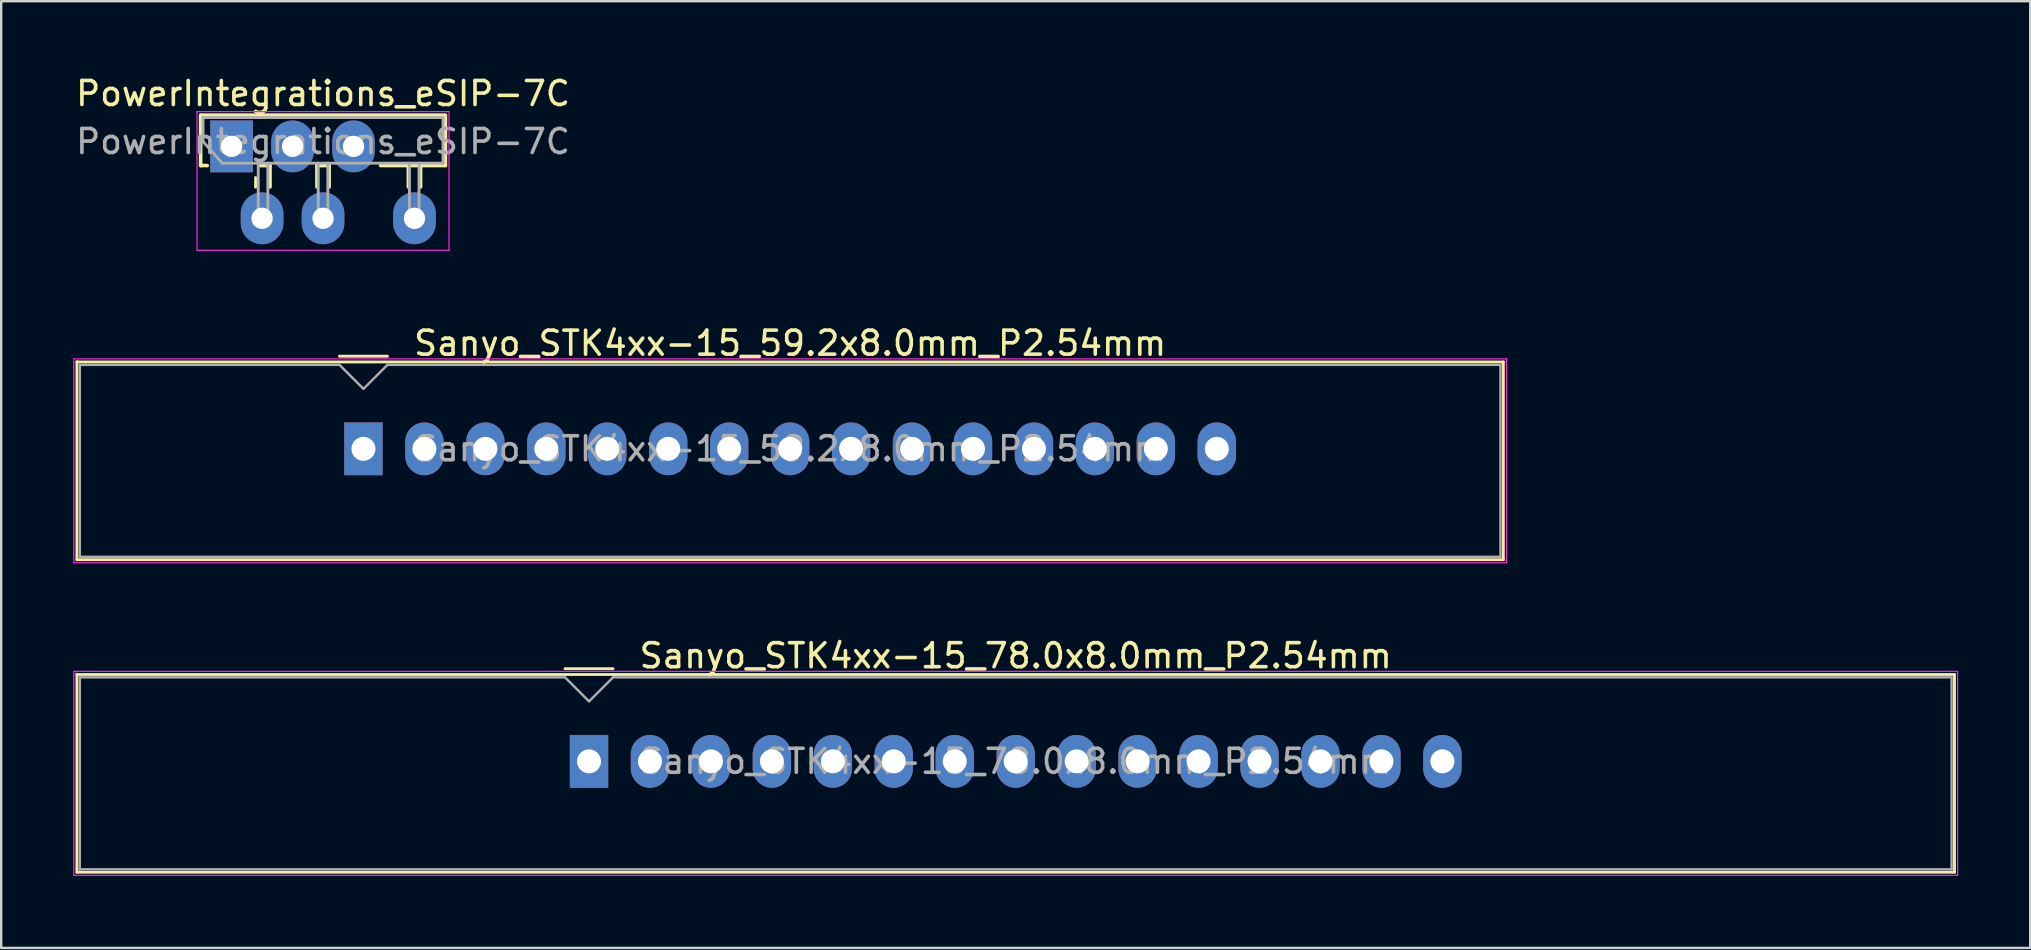
<source format=kicad_pcb>
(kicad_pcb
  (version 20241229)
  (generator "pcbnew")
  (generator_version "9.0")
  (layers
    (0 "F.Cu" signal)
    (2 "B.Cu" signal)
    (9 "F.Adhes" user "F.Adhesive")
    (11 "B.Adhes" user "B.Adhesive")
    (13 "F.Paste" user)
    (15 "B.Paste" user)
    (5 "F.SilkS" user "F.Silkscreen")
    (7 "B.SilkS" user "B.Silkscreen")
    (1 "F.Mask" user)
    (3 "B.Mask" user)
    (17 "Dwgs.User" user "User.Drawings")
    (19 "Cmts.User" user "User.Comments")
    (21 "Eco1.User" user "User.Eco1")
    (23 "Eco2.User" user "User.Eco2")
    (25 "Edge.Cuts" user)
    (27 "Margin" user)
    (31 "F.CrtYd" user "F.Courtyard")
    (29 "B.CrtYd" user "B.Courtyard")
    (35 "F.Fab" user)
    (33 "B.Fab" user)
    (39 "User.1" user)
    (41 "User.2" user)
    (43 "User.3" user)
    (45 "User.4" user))
  (footprint "Sanyo_STK4xx-15_59.2x8.0mm_P2.54mm"
    (layer "F.Cu")
    (at 12.095 15.653)
    (property "Reference" "Sanyo_STK4xx-15_59.2x8.0mm_P2.54mm" (at 17.78 -4.4 0) (layer "F.SilkS") (effects (font (size 1 1) (thickness 0.15))))
    (attr through_hole)
    (fp_line (start -11.94 -3.62) (end 47.5 -3.62) (stroke (width 0.12) (type solid)) (layer "F.SilkS"))
    (fp_line (start -11.94 4.62) (end -11.94 -3.63) (stroke (width 0.12) (type solid)) (layer "F.SilkS"))
    (fp_line (start 1 -3.86) (end -1 -3.86) (stroke (width 0.12) (type solid)) (layer "F.SilkS"))
    (fp_line (start 47.5 -3.62) (end 47.5 4.62) (stroke (width 0.12) (type solid)) (layer "F.SilkS"))
    (fp_line (start 47.5 4.62) (end -11.94 4.62) (stroke (width 0.12) (type solid)) (layer "F.SilkS"))
    (fp_line (start -12.07 -3.75) (end 47.63 -3.75) (stroke (width 0.05) (type solid)) (layer "F.CrtYd"))
    (fp_line (start -12.07 4.75) (end -12.07 -3.75) (stroke (width 0.05) (type solid)) (layer "F.CrtYd"))
    (fp_line (start 47.6 4.75) (end -12.07 4.75) (stroke (width 0.05) (type solid)) (layer "F.CrtYd"))
    (fp_line (start 47.63 -3.75) (end 47.63 4.75) (stroke (width 0.05) (type solid)) (layer "F.CrtYd"))
    (fp_line (start -11.82 -3.5) (end -1 -3.5) (stroke (width 0.1) (type solid)) (layer "F.Fab"))
    (fp_line (start -11.82 4.5) (end -11.82 -3.5) (stroke (width 0.1) (type solid)) (layer "F.Fab"))
    (fp_line (start -1 -3.5) (end 0 -2.5) (stroke (width 0.1) (type solid)) (layer "F.Fab"))
    (fp_line (start 0 -2.5) (end 1 -3.5) (stroke (width 0.1) (type solid)) (layer "F.Fab"))
    (fp_line (start 1 -3.5) (end 47.38 -3.5) (stroke (width 0.1) (type solid)) (layer "F.Fab"))
    (fp_line (start 47.38 -3.5) (end 47.38 4.5) (stroke (width 0.1) (type solid)) (layer "F.Fab"))
    (fp_line (start 47.38 4.5) (end -11.82 4.5) (stroke (width 0.1) (type solid)) (layer "F.Fab"))
    (fp_text user "${REFERENCE}" (at 17.78 0 0) (layer "F.Fab") (effects (font (size 1 1) (thickness 0.15))))
    (pad "1" thru_hole rect (at 0 0) (size 1.6 2.2) (drill 1) (layers "*.Cu" "*.Mask"))
    (pad "2" thru_hole oval (at 2.54 0) (size 1.6 2.2) (drill 1) (layers "*.Cu" "*.Mask"))
    (pad "3" thru_hole oval (at 5.08 0) (size 1.6 2.2) (drill 1) (layers "*.Cu" "*.Mask"))
    (pad "4" thru_hole oval (at 7.62 0) (size 1.6 2.2) (drill 1) (layers "*.Cu" "*.Mask"))
    (pad "5" thru_hole oval (at 10.16 0) (size 1.6 2.2) (drill 1) (layers "*.Cu" "*.Mask"))
    (pad "6" thru_hole oval (at 12.7 0) (size 1.6 2.2) (drill 1) (layers "*.Cu" "*.Mask"))
    (pad "7" thru_hole oval (at 15.24 0) (size 1.6 2.2) (drill 1) (layers "*.Cu" "*.Mask"))
    (pad "8" thru_hole oval (at 17.78 0) (size 1.6 2.2) (drill 1) (layers "*.Cu" "*.Mask"))
    (pad "9" thru_hole oval (at 20.32 0) (size 1.6 2.2) (drill 1) (layers "*.Cu" "*.Mask"))
    (pad "10" thru_hole oval (at 22.86 0) (size 1.6 2.2) (drill 1) (layers "*.Cu" "*.Mask"))
    (pad "11" thru_hole oval (at 25.4 0) (size 1.6 2.2) (drill 1) (layers "*.Cu" "*.Mask"))
    (pad "12" thru_hole oval (at 27.94 0) (size 1.6 2.2) (drill 1) (layers "*.Cu" "*.Mask"))
    (pad "13" thru_hole oval (at 30.48 0) (size 1.6 2.2) (drill 1) (layers "*.Cu" "*.Mask"))
    (pad "14" thru_hole oval (at 33.02 0) (size 1.6 2.2) (drill 1) (layers "*.Cu" "*.Mask"))
    (pad "15" thru_hole oval (at 35.56 0) (size 1.6 2.2) (drill 1) (layers "*.Cu" "*.Mask")))
  (footprint "PowerIntegrations_eSIP-7C"
    (layer "F.Cu")
    (at 6.601 3.05)
    (property "Reference" "PowerIntegrations_eSIP-7C" (at 3.81 -2.201 0) (layer "F.SilkS") (effects (font (size 1 1) (thickness 0.15))))
    (attr through_hole)
    (fp_line (start -1.29 -1.301) (end 8.87 -1.301) (stroke (width 0.15) (type solid)) (layer "F.SilkS"))
    (fp_line (start -1.29 0.799) (end -1.29 -1.301) (stroke (width 0.15) (type solid)) (layer "F.SilkS"))
    (fp_line (start -1.016 0.799) (end -1.29 0.799) (stroke (width 0.15) (type solid)) (layer "F.SilkS"))
    (fp_line (start 1 1.7) (end 1 1.3) (stroke (width 0.12) (type solid)) (layer "F.SilkS"))
    (fp_line (start 1.6 0.8) (end 1.2 0.8) (stroke (width 0.15) (type solid)) (layer "F.SilkS"))
    (fp_line (start 1.6 0.8) (end 1.6 1.689) (stroke (width 0.15) (type solid)) (layer "F.SilkS"))
    (fp_line (start 3.556 0.8) (end 3.556 1.689) (stroke (width 0.15) (type solid)) (layer "F.SilkS"))
    (fp_line (start 4.064 0.8) (end 3.556 0.8) (stroke (width 0.15) (type solid)) (layer "F.SilkS"))
    (fp_line (start 4.064 0.8) (end 4.064 1.689) (stroke (width 0.15) (type solid)) (layer "F.SilkS"))
    (fp_line (start 7.366 1.689) (end 7.366 0.8) (stroke (width 0.15) (type solid)) (layer "F.SilkS"))
    (fp_line (start 7.874 1.689) (end 7.874 0.8) (stroke (width 0.15) (type solid)) (layer "F.SilkS"))
    (fp_line (start 8.91 0.799) (end 6.21 0.799) (stroke (width 0.15) (type solid)) (layer "F.SilkS"))
    (fp_line (start 8.91 0.799) (end 8.91 -1.301) (stroke (width 0.15) (type solid)) (layer "F.SilkS"))
    (fp_line (start -1.44 -1.45) (end -1.44 4.33) (stroke (width 0.05) (type solid)) (layer "F.CrtYd"))
    (fp_line (start -1.44 -1.45) (end 9.06 -1.45) (stroke (width 0.05) (type solid)) (layer "F.CrtYd"))
    (fp_line (start 9.06 4.33) (end -1.44 4.33) (stroke (width 0.05) (type solid)) (layer "F.CrtYd"))
    (fp_line (start 9.06 4.33) (end 9.06 -1.45) (stroke (width 0.05) (type solid)) (layer "F.CrtYd"))
    (fp_line (start -1.19 -1.201) (end 8.81 -1.201) (stroke (width 0.12) (type solid)) (layer "F.Fab"))
    (fp_line (start -1.19 -0.201) (end -1.19 -1.201) (stroke (width 0.12) (type solid)) (layer "F.Fab"))
    (fp_line (start -0.39 0.699) (end -1.19 -0.201) (stroke (width 0.12) (type solid)) (layer "F.Fab"))
    (fp_line (start 1.11 0.699) (end 1.11 2.999) (stroke (width 0.12) (type solid)) (layer "F.Fab"))
    (fp_line (start 1.11 2.999) (end 1.51 2.999) (stroke (width 0.12) (type solid)) (layer "F.Fab"))
    (fp_line (start 1.51 2.999) (end 1.51 0.699) (stroke (width 0.12) (type solid)) (layer "F.Fab"))
    (fp_line (start 3.61 0.699) (end 3.61 2.999) (stroke (width 0.12) (type solid)) (layer "F.Fab"))
    (fp_line (start 3.61 2.999) (end 4.01 2.999) (stroke (width 0.12) (type solid)) (layer "F.Fab"))
    (fp_line (start 4.01 2.999) (end 4.01 0.699) (stroke (width 0.12) (type solid)) (layer "F.Fab"))
    (fp_line (start 7.41 0.699) (end 7.41 2.999) (stroke (width 0.12) (type solid)) (layer "F.Fab"))
    (fp_line (start 7.41 2.999) (end 7.81 2.999) (stroke (width 0.12) (type solid)) (layer "F.Fab"))
    (fp_line (start 7.81 2.999) (end 7.81 0.699) (stroke (width 0.12) (type solid)) (layer "F.Fab"))
    (fp_line (start 8.81 -1.201) (end 8.81 0.699) (stroke (width 0.12) (type solid)) (layer "F.Fab"))
    (fp_line (start 8.81 0.699) (end -0.39 0.699) (stroke (width 0.12) (type solid)) (layer "F.Fab"))
    (fp_text user "${REFERENCE}" (at 3.81 -0.201 0) (layer "F.Fab") (effects (font (size 1 1) (thickness 0.15))))
    (pad "1" thru_hole rect (at 0 0) (size 1.778 2.159) (drill 0.889) (layers "*.Cu" "*.Mask"))
    (pad "2" thru_hole oval (at 1.27 2.997) (size 1.778 2.159) (drill 0.889) (layers "*.Cu" "*.Mask"))
    (pad "3" thru_hole oval (at 2.54 0) (size 1.778 2.159) (drill 0.889) (layers "*.Cu" "*.Mask"))
    (pad "4" thru_hole oval (at 3.81 2.997) (size 1.778 2.159) (drill 0.889) (layers "*.Cu" "*.Mask"))
    (pad "5" thru_hole oval (at 5.08 0) (size 1.778 2.159) (drill 0.889) (layers "*.Cu" "*.Mask"))
    (pad "7" thru_hole oval (at 7.62 2.997) (size 1.778 2.159) (drill 0.889) (layers "*.Cu" "*.Mask")))
  (footprint "Sanyo_STK4xx-15_78.0x8.0mm_P2.54mm"
    (layer "F.Cu")
    (at 21.495 28.676)
    (property "Reference" "Sanyo_STK4xx-15_78.0x8.0mm_P2.54mm" (at 17.78 -4.4 0) (layer "F.SilkS") (effects (font (size 1 1) (thickness 0.15))))
    (attr through_hole)
    (fp_line (start -21.34 -3.62) (end 56.9 -3.62) (stroke (width 0.12) (type solid)) (layer "F.SilkS"))
    (fp_line (start -21.34 4.62) (end -21.34 -3.63) (stroke (width 0.12) (type solid)) (layer "F.SilkS"))
    (fp_line (start -1 -3.86) (end 1 -3.86) (stroke (width 0.12) (type solid)) (layer "F.SilkS"))
    (fp_line (start 56.9 -3.62) (end 56.9 4.62) (stroke (width 0.12) (type solid)) (layer "F.SilkS"))
    (fp_line (start 56.9 4.62) (end -21.34 4.62) (stroke (width 0.12) (type solid)) (layer "F.SilkS"))
    (fp_line (start -21.47 -3.75) (end 57.03 -3.75) (stroke (width 0.05) (type solid)) (layer "F.CrtYd"))
    (fp_line (start -21.47 4.75) (end -21.47 -3.75) (stroke (width 0.05) (type solid)) (layer "F.CrtYd"))
    (fp_line (start 57.03 -3.75) (end 57.03 4.75) (stroke (width 0.05) (type solid)) (layer "F.CrtYd"))
    (fp_line (start 57.03 4.75) (end -21.47 4.75) (stroke (width 0.05) (type solid)) (layer "F.CrtYd"))
    (fp_line (start -21.22 -3.5) (end -1 -3.5) (stroke (width 0.1) (type solid)) (layer "F.Fab"))
    (fp_line (start -21.22 4.5) (end -21.22 -3.5) (stroke (width 0.1) (type solid)) (layer "F.Fab"))
    (fp_line (start -1 -3.5) (end 0 -2.5) (stroke (width 0.1) (type solid)) (layer "F.Fab"))
    (fp_line (start 0 -2.5) (end 1 -3.5) (stroke (width 0.1) (type solid)) (layer "F.Fab"))
    (fp_line (start 1 -3.5) (end 56.78 -3.5) (stroke (width 0.1) (type solid)) (layer "F.Fab"))
    (fp_line (start 56.78 -3.5) (end 56.78 4.5) (stroke (width 0.1) (type solid)) (layer "F.Fab"))
    (fp_line (start 56.78 4.5) (end -21.22 4.5) (stroke (width 0.1) (type solid)) (layer "F.Fab"))
    (fp_text user "${REFERENCE}" (at 17.78 0 0) (layer "F.Fab") (effects (font (size 1 1) (thickness 0.15))))
    (pad "1" thru_hole rect (at 0 0) (size 1.6 2.2) (drill 1) (layers "*.Cu" "*.Mask"))
    (pad "2" thru_hole oval (at 2.54 0) (size 1.6 2.2) (drill 1) (layers "*.Cu" "*.Mask"))
    (pad "3" thru_hole oval (at 5.08 0) (size 1.6 2.2) (drill 1) (layers "*.Cu" "*.Mask"))
    (pad "4" thru_hole oval (at 7.62 0) (size 1.6 2.2) (drill 1) (layers "*.Cu" "*.Mask"))
    (pad "5" thru_hole oval (at 10.16 0) (size 1.6 2.2) (drill 1) (layers "*.Cu" "*.Mask"))
    (pad "6" thru_hole oval (at 12.7 0) (size 1.6 2.2) (drill 1) (layers "*.Cu" "*.Mask"))
    (pad "7" thru_hole oval (at 15.24 0) (size 1.6 2.2) (drill 1) (layers "*.Cu" "*.Mask"))
    (pad "8" thru_hole oval (at 17.78 0) (size 1.6 2.2) (drill 1) (layers "*.Cu" "*.Mask"))
    (pad "9" thru_hole oval (at 20.32 0) (size 1.6 2.2) (drill 1) (layers "*.Cu" "*.Mask"))
    (pad "10" thru_hole oval (at 22.86 0) (size 1.6 2.2) (drill 1) (layers "*.Cu" "*.Mask"))
    (pad "11" thru_hole oval (at 25.4 0) (size 1.6 2.2) (drill 1) (layers "*.Cu" "*.Mask"))
    (pad "12" thru_hole oval (at 27.94 0) (size 1.6 2.2) (drill 1) (layers "*.Cu" "*.Mask"))
    (pad "13" thru_hole oval (at 30.48 0) (size 1.6 2.2) (drill 1) (layers "*.Cu" "*.Mask"))
    (pad "14" thru_hole oval (at 33.02 0) (size 1.6 2.2) (drill 1) (layers "*.Cu" "*.Mask"))
    (pad "15" thru_hole oval (at 35.56 0) (size 1.6 2.2) (drill 1) (layers "*.Cu" "*.Mask")))
  (gr_rect
    (start -3 -3)
    (end 81.55 36.451)
    (stroke (width 0.1) (type default))
    (fill no)
    (layer "Edge.Cuts")))
</source>
